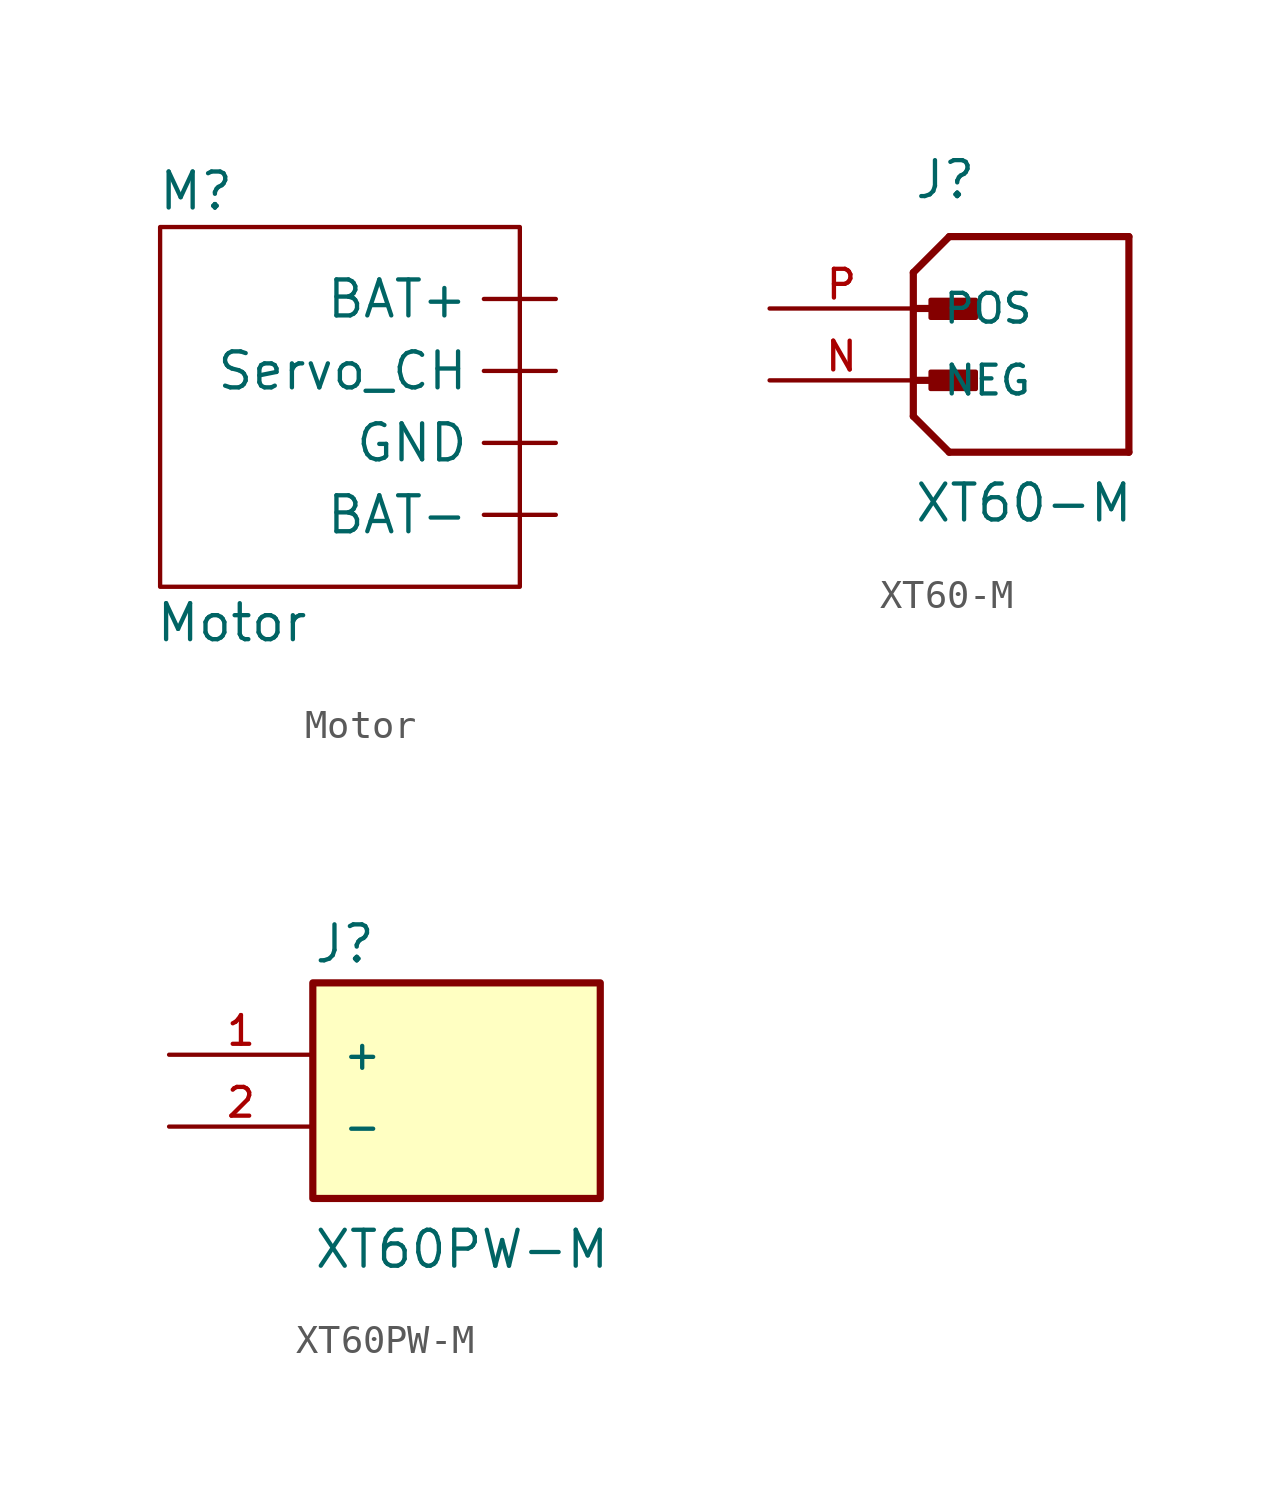
<source format=kicad_sym>
(kicad_symbol_lib
  (version 20211014)
  (generator kicad_symbol_editor)
  (symbol "Motor"
    (property "Reference" "M"
      (at -6.35 7.62 0)
      (effects (font (size 1.27 1.27))))
    (property "Value" "Motor"
      (at -5.08 -7.62 0)
      (effects (font (size 1.27 1.27))))
    (symbol "Motor_0_1"
      (rectangle (start -7.62 6.35) (end 5.08 -6.35) (stroke (width 0) (type default) (color 0 0 0 0)) (fill (type none))))
    (symbol "Motor_1_1"
      (pin output line (at 6.35 3.81 180) (length 2.54) (name "BAT+" (effects (font (size 1.27 1.27)))) (number "" (effects (font (size 1.27 1.27)))))
      (pin output line (at 6.35 -3.81 180) (length 2.54) (name "BAT-" (effects (font (size 1.27 1.27)))) (number "" (effects (font (size 1.27 1.27)))))
      (pin output line (at 6.35 -1.27 180) (length 2.54) (name "GND" (effects (font (size 1.27 1.27)))) (number "" (effects (font (size 1.27 1.27)))))
      (pin output line (at 6.35 1.27 180) (length 2.54) (name "Servo_CH" (effects (font (size 1.27 1.27)))) (number "" (effects (font (size 1.27 1.27)))))))
  (symbol "XT60-M"
    (pin_names
      (offset 1.016))
    (property "Reference" "J"
      (at 0 6.35 0)
      (effects (font (size 1.27 1.27)) (justify left bottom)))
    (property "Value" "XT60-M"
      (at 0 -5.08 0)
      (effects (font (size 1.27 1.27)) (justify left bottom)))
    (property "ki_locked" ""
      (at 0 0 0)
      (effects (font (size 1.27 1.27))))
    (symbol "XT60-M_0_0"
      (polyline (pts (xy 0 -1.27) (xy 1.27 -2.54)) (stroke (width 0.254) (type default) (color 0 0 0 0)) (fill (type none)))
      (polyline (pts (xy 0 0) (xy 1.905 0)) (stroke (width 0.254) (type default) (color 0 0 0 0)) (fill (type none)))
      (polyline (pts (xy 0 2.54) (xy 0 -1.27)) (stroke (width 0.254) (type default) (color 0 0 0 0)) (fill (type none)))
      (polyline (pts (xy 0 2.54) (xy 1.905 2.54)) (stroke (width 0.254) (type default) (color 0 0 0 0)) (fill (type none)))
      (polyline (pts (xy 0 3.81) (xy 0 2.54)) (stroke (width 0.254) (type default) (color 0 0 0 0)) (fill (type none)))
      (polyline (pts (xy 0 3.81) (xy 1.27 5.08)) (stroke (width 0.254) (type default) (color 0 0 0 0)) (fill (type none)))
      (polyline (pts (xy 1.27 -2.54) (xy 7.62 -2.54)) (stroke (width 0.254) (type default) (color 0 0 0 0)) (fill (type none)))
      (polyline (pts (xy 7.62 -2.54) (xy 7.62 5.08)) (stroke (width 0.254) (type default) (color 0 0 0 0)) (fill (type none)))
      (polyline (pts (xy 7.62 5.08) (xy 1.27 5.08)) (stroke (width 0.254) (type default) (color 0 0 0 0)) (fill (type none)))
      (rectangle (start 0.61 -0.305) (end 2.21 0.305) (stroke (width 0) (type default) (color 0 0 0 0)) (fill (type outline)))
      (rectangle (start 0.61 2.21) (end 2.21 2.845) (stroke (width 0) (type default) (color 0 0 0 0)) (fill (type outline)))
      (pin passive line (at -5.08 0 0) (length 5.08) (name "NEG" (effects (font (size 1.016 1.016)))) (number "N" (effects (font (size 1.016 1.016)))))
      (pin passive line (at -5.08 2.54 0) (length 5.08) (name "POS" (effects (font (size 1.016 1.016)))) (number "P" (effects (font (size 1.016 1.016)))))))
  (symbol "XT60PW-M"
    (pin_names
      (offset 1.016))
    (property "Reference" "J"
      (at -5.08 5.715 0)
      (effects (font (size 1.27 1.27)) (justify left bottom)))
    (property "Value" "XT60PW-M"
      (at -5.08 -5.08 0)
      (effects (font (size 1.27 1.27)) (justify left bottom)))
    (property "ki_locked" ""
      (at 0 0 0)
      (effects (font (size 1.27 1.27))))
    (symbol "XT60PW-M_0_0"
      (rectangle (start -5.08 -2.54) (end 5.08 5.08) (stroke (width 0.254) (type default) (color 0 0 0 0)) (fill (type background)))
      (pin passive line (at -10.16 2.54 0) (length 5.08) (name "+" (effects (font (size 1.016 1.016)))) (number "1" (effects (font (size 1.016 1.016)))))
      (pin passive line (at -10.16 0 0) (length 5.08) (name "-" (effects (font (size 1.016 1.016)))) (number "2" (effects (font (size 1.016 1.016))))))))
</source>
